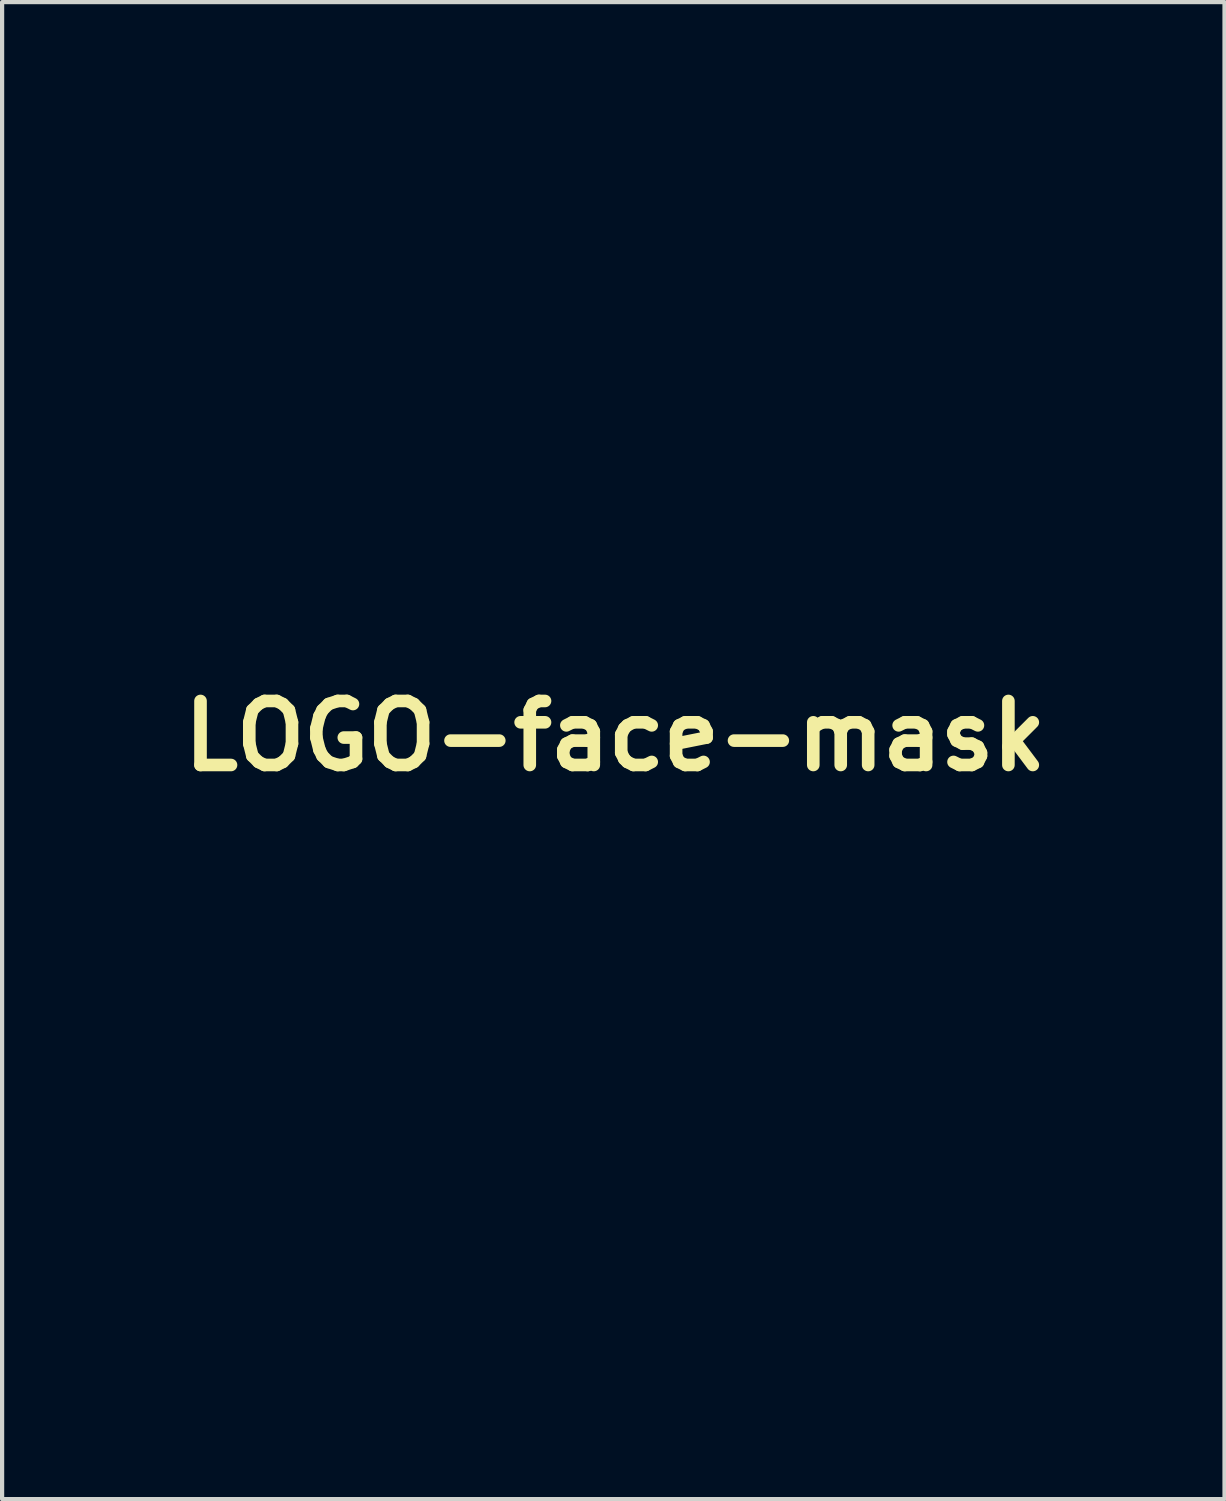
<source format=kicad_pcb>
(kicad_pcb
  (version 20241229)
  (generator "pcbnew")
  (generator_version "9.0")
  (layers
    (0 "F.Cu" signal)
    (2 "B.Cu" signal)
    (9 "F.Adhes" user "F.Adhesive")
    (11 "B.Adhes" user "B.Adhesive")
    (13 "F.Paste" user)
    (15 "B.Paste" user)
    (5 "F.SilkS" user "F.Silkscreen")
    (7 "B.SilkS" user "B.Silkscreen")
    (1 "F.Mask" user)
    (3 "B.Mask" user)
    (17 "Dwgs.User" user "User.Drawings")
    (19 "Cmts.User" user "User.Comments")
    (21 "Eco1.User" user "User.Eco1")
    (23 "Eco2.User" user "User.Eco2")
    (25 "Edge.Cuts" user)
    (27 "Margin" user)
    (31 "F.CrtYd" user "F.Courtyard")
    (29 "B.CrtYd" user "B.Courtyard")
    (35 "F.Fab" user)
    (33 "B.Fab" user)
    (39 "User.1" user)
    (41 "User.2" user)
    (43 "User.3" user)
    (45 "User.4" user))
  (footprint "LOGO-face-mask"
    (layer "F.Cu")
    (at 11.593 14.471)
    (property "Reference" "LOGO-face-mask" (at 0 0 0) (layer "F.SilkS") (effects (font (size 1.524 1.524) (thickness 0.3))))
    (attr through_hole)
    (fp_poly (pts (xy -1.693 -10.88) (xy -1.736 -10.837) (xy -1.778 -10.88) (xy -1.736 -10.922) (xy -1.693 -10.88)) (stroke (width 0.01) (type solid)) (fill yes) (layer "F.Mask"))
    (fp_poly (pts (xy -1.524 -11.557) (xy -1.566 -11.515) (xy -1.609 -11.557) (xy -1.566 -11.599) (xy -1.524 -11.557)) (stroke (width 0.01) (type solid)) (fill yes) (layer "F.Mask"))
    (fp_poly (pts (xy -1.355 -11.218) (xy -1.397 -11.176) (xy -1.439 -11.218) (xy -1.397 -11.261) (xy -1.355 -11.218)) (stroke (width 0.01) (type solid)) (fill yes) (layer "F.Mask"))
    (fp_poly (pts (xy -0.339 -12.573) (xy -0.381 -12.531) (xy -0.423 -12.573) (xy -0.381 -12.615) (xy -0.339 -12.573)) (stroke (width 0.01) (type solid)) (fill yes) (layer "F.Mask"))
    (fp_poly (pts (xy 0.254 -11.134) (xy 0.212 -11.091) (xy 0.169 -11.134) (xy 0.212 -11.176) (xy 0.254 -11.134)) (stroke (width 0.01) (type solid)) (fill yes) (layer "F.Mask"))
    (fp_poly (pts (xy 0.847 -12.742) (xy 0.804 -12.7) (xy 0.762 -12.742) (xy 0.804 -12.785) (xy 0.847 -12.742)) (stroke (width 0.01) (type solid)) (fill yes) (layer "F.Mask"))
    (fp_poly (pts (xy 1.016 -0.804) (xy 0.974 -0.762) (xy 0.931 -0.804) (xy 0.974 -0.847) (xy 1.016 -0.804)) (stroke (width 0.01) (type solid)) (fill yes) (layer "F.Mask"))
    (fp_poly (pts (xy 2.117 -12.658) (xy 2.074 -12.615) (xy 2.032 -12.658) (xy 2.074 -12.7) (xy 2.117 -12.658)) (stroke (width 0.01) (type solid)) (fill yes) (layer "F.Mask"))
    (fp_poly (pts (xy 2.794 -12.234) (xy 2.752 -12.192) (xy 2.709 -12.234) (xy 2.752 -12.277) (xy 2.794 -12.234)) (stroke (width 0.01) (type solid)) (fill yes) (layer "F.Mask"))
    (fp_poly (pts (xy 2.963 -12.742) (xy 2.921 -12.7) (xy 2.879 -12.742) (xy 2.921 -12.785) (xy 2.963 -12.742)) (stroke (width 0.01) (type solid)) (fill yes) (layer "F.Mask"))
    (fp_poly (pts (xy 3.641 -3.937) (xy 3.598 -3.895) (xy 3.556 -3.937) (xy 3.598 -3.979) (xy 3.641 -3.937)) (stroke (width 0.01) (type solid)) (fill yes) (layer "F.Mask"))
    (fp_poly (pts (xy 10.16 -2.921) (xy 10.118 -2.879) (xy 10.075 -2.921) (xy 10.118 -2.963) (xy 10.16 -2.921)) (stroke (width 0.01) (type solid)) (fill yes) (layer "F.Mask"))
    (fp_poly (pts (xy -5.701 -11.063) (xy -5.713 -11.013) (xy -5.757 -11.007) (xy -5.827 -11.038) (xy -5.814 -11.063) (xy -5.713 -11.073) (xy -5.701 -11.063)) (stroke (width 0.01) (type solid)) (fill yes) (layer "F.Mask"))
    (fp_poly (pts (xy -4.939 -11.825) (xy -4.951 -11.775) (xy -4.995 -11.769) (xy -5.065 -11.8) (xy -5.052 -11.825) (xy -4.951 -11.835) (xy -4.939 -11.825)) (stroke (width 0.01) (type solid)) (fill yes) (layer "F.Mask"))
    (fp_poly (pts (xy -4.636 -8.692) (xy -4.625 -8.661) (xy -4.741 -8.649) (xy -4.862 -8.663) (xy -4.847 -8.692) (xy -4.674 -8.703) (xy -4.636 -8.692)) (stroke (width 0.01) (type solid)) (fill yes) (layer "F.Mask"))
    (fp_poly (pts (xy -2.738 -12.248) (xy -2.727 -12.148) (xy -2.738 -12.136) (xy -2.788 -12.147) (xy -2.794 -12.192) (xy -2.763 -12.262) (xy -2.738 -12.248)) (stroke (width 0.01) (type solid)) (fill yes) (layer "F.Mask"))
    (fp_poly (pts (xy -1.637 -13.772) (xy -1.627 -13.672) (xy -1.637 -13.66) (xy -1.687 -13.671) (xy -1.693 -13.716) (xy -1.662 -13.786) (xy -1.637 -13.772)) (stroke (width 0.01) (type solid)) (fill yes) (layer "F.Mask"))
    (fp_poly (pts (xy -0.028 -13.857) (xy -0.04 -13.807) (xy -0.085 -13.801) (xy -0.154 -13.832) (xy -0.141 -13.857) (xy -0.041 -13.867) (xy -0.028 -13.857)) (stroke (width 0.01) (type solid)) (fill yes) (layer "F.Mask"))
    (fp_poly (pts (xy 0.056 -11.063) (xy 0.045 -11.013) (xy 0 -11.007) (xy -0.07 -11.038) (xy -0.056 -11.063) (xy 0.044 -11.073) (xy 0.056 -11.063)) (stroke (width 0.01) (type solid)) (fill yes) (layer "F.Mask"))
    (fp_poly (pts (xy 0.31 -12.756) (xy 0.321 -12.656) (xy 0.31 -12.644) (xy 0.26 -12.655) (xy 0.254 -12.7) (xy 0.285 -12.77) (xy 0.31 -12.756)) (stroke (width 0.01) (type solid)) (fill yes) (layer "F.Mask"))
    (fp_poly (pts (xy 0.734 -13.603) (xy 0.744 -13.503) (xy 0.734 -13.49) (xy 0.683 -13.502) (xy 0.677 -13.547) (xy 0.708 -13.616) (xy 0.734 -13.603)) (stroke (width 0.01) (type solid)) (fill yes) (layer "F.Mask"))
    (fp_poly (pts (xy 1.84 9.77) (xy 1.814 9.809) (xy 1.729 9.815) (xy 1.638 9.794) (xy 1.677 9.763) (xy 1.81 9.753) (xy 1.84 9.77)) (stroke (width 0.01) (type solid)) (fill yes) (layer "F.Mask"))
    (fp_poly (pts (xy 2.771 -7.925) (xy 2.746 -7.887) (xy 2.66 -7.881) (xy 2.57 -7.901) (xy 2.609 -7.932) (xy 2.741 -7.942) (xy 2.771 -7.925)) (stroke (width 0.01) (type solid)) (fill yes) (layer "F.Mask"))
    (fp_poly (pts (xy 4.17 -0.141) (xy 4.18 -0.11) (xy 4.064 -0.098) (xy 3.944 -0.111) (xy 3.958 -0.141) (xy 4.132 -0.152) (xy 4.17 -0.141)) (stroke (width 0.01) (type solid)) (fill yes) (layer "F.Mask"))
    (fp_poly (pts (xy 4.374 -5.729) (xy 4.385 -5.629) (xy 4.374 -5.616) (xy 4.324 -5.628) (xy 4.318 -5.673) (xy 4.349 -5.742) (xy 4.374 -5.729)) (stroke (width 0.01) (type solid)) (fill yes) (layer "F.Mask"))
    (fp_poly (pts (xy 5.052 4.262) (xy 5.062 4.362) (xy 5.052 4.374) (xy 5.001 4.363) (xy 4.995 4.318) (xy 5.026 4.248) (xy 5.052 4.262)) (stroke (width 0.01) (type solid)) (fill yes) (layer "F.Mask"))
    (fp_poly (pts (xy -1.87 -12.513) (xy -1.881 -12.434) (xy -1.927 -12.371) (xy -1.983 -12.435) (xy -2.014 -12.559) (xy -1.998 -12.593) (xy -1.914 -12.607) (xy -1.87 -12.513)) (stroke (width 0.01) (type solid)) (fill yes) (layer "F.Mask"))
    (fp_poly (pts (xy 0.487 -13.074) (xy 0.489 -13.023) (xy 0.404 -12.911) (xy 0.303 -12.897) (xy 0.254 -12.989) (xy 0.322 -13.106) (xy 0.388 -13.123) (xy 0.487 -13.074)) (stroke (width 0.01) (type solid)) (fill yes) (layer "F.Mask"))
    (fp_poly (pts (xy 2.22 0.069) (xy 2.276 0.185) (xy 2.221 0.268) (xy 2.127 0.313) (xy 2.067 0.222) (xy 2.047 0.064) (xy 2.117 0.01) (xy 2.22 0.069)) (stroke (width 0.01) (type solid)) (fill yes) (layer "F.Mask"))
    (fp_poly (pts (xy 2.259 -9.857) (xy 2.244 -9.755) (xy 2.133 -9.671) (xy 2.046 -9.708) (xy 2.032 -9.772) (xy 2.1 -9.889) (xy 2.166 -9.906) (xy 2.259 -9.857)) (stroke (width 0.01) (type solid)) (fill yes) (layer "F.Mask"))
    (fp_poly (pts (xy -7.228 -9.447) (xy -7.197 -9.398) (xy -7.268 -9.329) (xy -7.366 -9.313) (xy -7.504 -9.349) (xy -7.535 -9.398) (xy -7.464 -9.467) (xy -7.366 -9.483) (xy -7.228 -9.447)) (stroke (width 0.01) (type solid)) (fill yes) (layer "F.Mask"))
    (fp_poly (pts (xy -1.543 -12.938) (xy -1.621 -12.837) (xy -1.723 -12.798) (xy -1.778 -12.847) (xy -1.778 -12.853) (xy -1.71 -12.951) (xy -1.644 -12.987) (xy -1.545 -12.99) (xy -1.543 -12.938)) (stroke (width 0.01) (type solid)) (fill yes) (layer "F.Mask"))
    (fp_poly (pts (xy 2.845 -11.642) (xy 2.836 -11.599) (xy 2.714 -11.522) (xy 2.657 -11.515) (xy 2.573 -11.557) (xy 2.582 -11.599) (xy 2.704 -11.676) (xy 2.762 -11.684) (xy 2.845 -11.642)) (stroke (width 0.01) (type solid)) (fill yes) (layer "F.Mask"))
    (fp_poly (pts (xy 3.048 -7.662) (xy 3.129 -7.586) (xy 3.133 -7.573) (xy 3.067 -7.536) (xy 3.048 -7.535) (xy 2.967 -7.6) (xy 2.963 -7.625) (xy 3.015 -7.676) (xy 3.048 -7.662)) (stroke (width 0.01) (type solid)) (fill yes) (layer "F.Mask"))
    (fp_poly (pts (xy 3.104 -11.801) (xy 3.09 -11.769) (xy 3.014 -11.688) (xy 3.001 -11.684) (xy 2.964 -11.75) (xy 2.963 -11.769) (xy 3.028 -11.85) (xy 3.053 -11.853) (xy 3.104 -11.801)) (stroke (width 0.01) (type solid)) (fill yes) (layer "F.Mask"))
    (fp_poly (pts (xy 4.779 -0.221) (xy 4.784 -0.169) (xy 4.661 -0.091) (xy 4.609 -0.085) (xy 4.5 -0.132) (xy 4.487 -0.169) (xy 4.558 -0.237) (xy 4.662 -0.254) (xy 4.779 -0.221)) (stroke (width 0.01) (type solid)) (fill yes) (layer "F.Mask"))
    (fp_poly (pts (xy 4.994 -1.966) (xy 4.995 -1.947) (xy 4.93 -1.866) (xy 4.906 -1.863) (xy 4.855 -1.915) (xy 4.868 -1.947) (xy 4.944 -2.028) (xy 4.958 -2.032) (xy 4.994 -1.966)) (stroke (width 0.01) (type solid)) (fill yes) (layer "F.Mask"))
    (fp_poly (pts (xy 5.08 -3.683) (xy 5.161 -3.607) (xy 5.165 -3.593) (xy 5.099 -3.557) (xy 5.08 -3.556) (xy 4.999 -3.621) (xy 4.995 -3.646) (xy 5.047 -3.696) (xy 5.08 -3.683)) (stroke (width 0.01) (type solid)) (fill yes) (layer "F.Mask"))
    (fp_poly (pts (xy 5.151 5.242) (xy 5.165 5.339) (xy 5.128 5.474) (xy 5.08 5.503) (xy 5.017 5.431) (xy 4.995 5.287) (xy 5.022 5.143) (xy 5.08 5.122) (xy 5.151 5.242)) (stroke (width 0.01) (type solid)) (fill yes) (layer "F.Mask"))
    (fp_poly (pts (xy 9.903 -2.055) (xy 9.906 -2.032) (xy 9.877 -1.95) (xy 9.869 -1.947) (xy 9.796 -2.007) (xy 9.779 -2.032) (xy 9.786 -2.11) (xy 9.816 -2.117) (xy 9.903 -2.055)) (stroke (width 0.01) (type solid)) (fill yes) (layer "F.Mask"))
    (fp_poly (pts (xy 10.75 -6.878) (xy 10.753 -6.858) (xy 10.688 -6.776) (xy 10.668 -6.773) (xy 10.586 -6.838) (xy 10.583 -6.858) (xy 10.648 -6.94) (xy 10.668 -6.943) (xy 10.75 -6.878)) (stroke (width 0.01) (type solid)) (fill yes) (layer "F.Mask"))
    (fp_poly (pts (xy 0.049 -10.704) (xy 0 -10.626) (xy -0.134 -10.526) (xy -0.269 -10.502) (xy -0.338 -10.562) (xy -0.339 -10.574) (xy -0.267 -10.665) (xy -0.105 -10.736) (xy 0.017 -10.753) (xy 0.049 -10.704)) (stroke (width 0.01) (type solid)) (fill yes) (layer "F.Mask"))
    (fp_poly (pts (xy 4.499 -9.59) (xy 4.522 -9.502) (xy 4.435 -9.45) (xy 4.296 -9.456) (xy 4.228 -9.486) (xy 4.164 -9.554) (xy 4.255 -9.613) (xy 4.263 -9.616) (xy 4.429 -9.626) (xy 4.499 -9.59)) (stroke (width 0.01) (type solid)) (fill yes) (layer "F.Mask"))
    (fp_poly (pts (xy 5.038 -12.355) (xy 4.826 -12.234) (xy 4.611 -12.142) (xy 4.45 -12.11) (xy 4.336 -12.115) (xy 4.357 -12.159) (xy 4.45 -12.232) (xy 4.667 -12.331) (xy 4.826 -12.356) (xy 5.038 -12.355)) (stroke (width 0.01) (type solid)) (fill yes) (layer "F.Mask"))
    (fp_poly (pts (xy 5.558 -12.165) (xy 5.577 -12.05) (xy 5.517 -11.913) (xy 5.426 -11.853) (xy 5.308 -11.914) (xy 5.298 -11.928) (xy 5.313 -12.028) (xy 5.41 -12.133) (xy 5.52 -12.18) (xy 5.558 -12.165)) (stroke (width 0.01) (type solid)) (fill yes) (layer "F.Mask"))
    (fp_poly (pts (xy -0.789 -10.1) (xy -0.894 -10.014) (xy -1.042 -9.962) (xy -1.159 -9.963) (xy -1.185 -9.999) (xy -1.122 -10.074) (xy -1.108 -10.075) (xy -0.968 -10.103) (xy -0.882 -10.132) (xy -0.781 -10.146) (xy -0.789 -10.1)) (stroke (width 0.01) (type solid)) (fill yes) (layer "F.Mask"))
    (fp_poly (pts (xy -0.046 -13.198) (xy -0.067 -13.115) (xy -0.167 -12.962) (xy -0.173 -12.953) (xy -0.286 -12.827) (xy -0.333 -12.841) (xy -0.337 -12.88) (xy -0.292 -13.013) (xy -0.191 -13.142) (xy -0.086 -13.208) (xy -0.046 -13.198)) (stroke (width 0.01) (type solid)) (fill yes) (layer "F.Mask"))
    (fp_poly (pts (xy -3.74 0.011) (xy -3.785 0.071) (xy -3.829 0.106) (xy -3.96 0.278) (xy -3.995 0.381) (xy -4.039 0.481) (xy -4.077 0.466) (xy -4.094 0.307) (xy -4.019 0.13) (xy -3.894 0.013) (xy -3.839 0) (xy -3.74 0.011)) (stroke (width 0.01) (type solid)) (fill yes) (layer "F.Mask"))
    (fp_poly (pts (xy 7.758 3.934) (xy 7.852 4.092) (xy 7.862 4.113) (xy 7.912 4.285) (xy 7.895 4.483) (xy 7.814 4.746) (xy 7.713 4.977) (xy 7.606 5.146) (xy 7.516 5.231) (xy 7.465 5.213) (xy 7.475 5.069) (xy 7.477 5.06) (xy 7.513 4.87) (xy 7.555 4.586) (xy 7.581 4.381) (xy 7.63 4.072) (xy 7.686 3.926) (xy 7.758 3.934)) (stroke (width 0.01) (type solid)) (fill yes) (layer "F.Mask"))
    (fp_poly (pts (xy -6.717 -0.468) (xy -6.498 -0.425) (xy -6.346 -0.365) (xy -6.327 -0.35) (xy -6.269 -0.222) (xy -6.222 -0.01) (xy -6.22 0.009) (xy -6.184 0.296) (xy -6.712 0.296) (xy -7.04 0.306) (xy -7.339 0.33) (xy -7.493 0.354) (xy -7.708 0.382) (xy -7.853 0.368) (xy -7.951 0.258) (xy -7.912 0.089) (xy -7.773 -0.081) (xy -7.518 -0.216) (xy -7.183 -0.251) (xy -6.829 -0.185) (xy -6.677 -0.121) (xy -6.492 -0.043) (xy -6.381 -0.027) (xy -6.375 -0.031) (xy -6.415 -0.085) (xy -6.561 -0.166) (xy -6.76 -0.251) (xy -6.955 -0.317) (xy -7.08 -0.339) (xy -7.186 -0.394) (xy -7.197 -0.435) (xy -7.124 -0.479) (xy -6.945 -0.488) (xy -6.717 -0.468)) (stroke (width 0.01) (type solid)) (fill yes) (layer "F.Mask"))
    (fp_poly (pts (xy 1.124 -14.461) (xy 1.576 -14.442) (xy 1.88 -14.411) (xy 1.99 -14.388) (xy 2.279 -14.316) (xy 2.629 -14.247) (xy 2.794 -14.222) (xy 3.267 -14.145) (xy 3.758 -14.05) (xy 4.231 -13.944) (xy 4.649 -13.837) (xy 4.975 -13.737) (xy 5.172 -13.653) (xy 5.176 -13.651) (xy 5.372 -13.523) (xy 5.642 -13.344) (xy 5.863 -13.193) (xy 6.117 -13.038) (xy 6.479 -12.84) (xy 6.902 -12.623) (xy 7.34 -12.414) (xy 7.37 -12.4) (xy 7.785 -12.209) (xy 8.169 -12.032) (xy 8.483 -11.886) (xy 8.688 -11.789) (xy 8.709 -11.779) (xy 9.012 -11.57) (xy 9.336 -11.24) (xy 9.649 -10.828) (xy 9.8 -10.583) (xy 9.987 -10.286) (xy 10.216 -9.963) (xy 10.326 -9.821) (xy 10.659 -9.394) (xy 10.913 -9.028) (xy 11.124 -8.666) (xy 11.264 -8.388) (xy 11.501 -7.899) (xy 11.459 -5.749) (xy 11.416 -3.598) (xy 11.131 -2.836) (xy 10.987 -2.423) (xy 10.839 -1.946) (xy 10.695 -1.438) (xy 10.563 -0.93) (xy 10.45 -0.454) (xy 10.364 -0.042) (xy 10.314 0.273) (xy 10.308 0.461) (xy 10.309 0.466) (xy 10.405 0.667) (xy 10.582 0.858) (xy 10.603 0.873) (xy 10.81 1.051) (xy 10.964 1.254) (xy 11.071 1.51) (xy 11.141 1.847) (xy 11.181 2.294) (xy 11.2 2.879) (xy 11.201 2.947) (xy 11.206 3.436) (xy 11.203 3.791) (xy 11.188 4.049) (xy 11.155 4.245) (xy 11.102 4.415) (xy 11.022 4.595) (xy 10.993 4.657) (xy 10.87 4.915) (xy 10.7 5.281) (xy 10.504 5.706) (xy 10.304 6.142) (xy 10.293 6.167) (xy 10.1 6.579) (xy 9.912 6.959) (xy 9.748 7.266) (xy 9.63 7.463) (xy 9.618 7.479) (xy 9.445 7.736) (xy 9.275 8.03) (xy 9.246 8.086) (xy 8.985 8.482) (xy 8.659 8.796) (xy 8.355 8.969) (xy 8.155 9.013) (xy 7.848 9.045) (xy 7.496 9.059) (xy 7.451 9.059) (xy 6.785 9.059) (xy 6.688 9.53) (xy 6.635 9.755) (xy 6.565 9.987) (xy 6.466 10.257) (xy 6.325 10.596) (xy 6.131 11.035) (xy 5.963 11.406) (xy 5.675 11.914) (xy 5.304 12.33) (xy 4.818 12.683) (xy 4.403 12.905) (xy 3.683 13.25) (xy 0.889 13.25) (xy 0.339 13.81) (xy -0.181 14.272) (xy -0.746 14.634) (xy -1.412 14.93) (xy -1.599 14.997) (xy -1.965 15.082) (xy -2.443 15.136) (xy -2.984 15.159) (xy -3.538 15.151) (xy -4.057 15.112) (xy -4.489 15.042) (xy -4.699 14.982) (xy -4.967 14.891) (xy -5.188 14.832) (xy -5.268 14.82) (xy -5.409 14.766) (xy -5.605 14.636) (xy -5.804 14.472) (xy -5.922 14.351) (xy -4.572 14.351) (xy -4.53 14.393) (xy -4.487 14.351) (xy -4.53 14.309) (xy -4.572 14.351) (xy -5.922 14.351) (xy -5.957 14.315) (xy -6.011 14.213) (xy -6.045 14.104) (xy -6.136 13.885) (xy -6.265 13.599) (xy -6.301 13.523) (xy -6.459 13.149) (xy -6.623 12.691) (xy -6.766 12.233) (xy -6.8 12.107) (xy -6.939 11.652) (xy -7.076 11.28) (xy -4.721 11.28) (xy -4.623 11.363) (xy -4.418 11.446) (xy -4.311 11.476) (xy -3.999 11.566) (xy -3.697 11.677) (xy -3.641 11.702) (xy -3.42 11.779) (xy -3.175 11.829) (xy -2.951 11.848) (xy -2.793 11.833) (xy -2.746 11.78) (xy -2.752 11.769) (xy -2.737 11.692) (xy -2.693 11.683) (xy -2.619 11.663) (xy -2.667 11.618) (xy -2.796 11.567) (xy -2.962 11.527) (xy -3.09 11.515) (xy -3.34 11.485) (xy -3.63 11.415) (xy -3.683 11.398) (xy -4.03 11.296) (xy -4.338 11.233) (xy -4.576 11.212) (xy -4.708 11.238) (xy -4.721 11.28) (xy -7.076 11.28) (xy -7.12 11.16) (xy -7.311 10.721) (xy -7.358 10.626) (xy -7.552 10.194) (xy -7.758 9.645) (xy -7.96 9.029) (xy -8.074 8.634) (xy -6.754 8.634) (xy -6.684 8.75) (xy -6.446 8.853) (xy -6.268 8.899) (xy -5.927 9.036) (xy -5.607 9.267) (xy -5.601 9.272) (xy -5.365 9.475) (xy -5.199 9.552) (xy -5.068 9.508) (xy -4.962 9.385) (xy -4.846 9.263) (xy -4.74 9.281) (xy -4.713 9.302) (xy -4.597 9.336) (xy -4.35 9.376) (xy -4.01 9.417) (xy -3.614 9.456) (xy -3.199 9.491) (xy -2.803 9.518) (xy -2.464 9.534) (xy -2.22 9.535) (xy -2.109 9.52) (xy -2.019 9.55) (xy -1.903 9.654) (xy -1.752 9.781) (xy -1.587 9.809) (xy -1.359 9.738) (xy -1.203 9.664) (xy -0.938 9.546) (xy -0.691 9.46) (xy -0.656 9.451) (xy -0.476 9.364) (xy -0.423 9.199) (xy -0.423 9.193) (xy -0.495 9.015) (xy -0.712 8.893) (xy -1.081 8.824) (xy -1.521 8.805) (xy -1.907 8.783) (xy -2.308 8.724) (xy -2.546 8.668) (xy -3.028 8.527) (xy -3.382 8.43) (xy -3.642 8.373) (xy -3.844 8.353) (xy -4.02 8.365) (xy -4.207 8.404) (xy -4.337 8.439) (xy -4.62 8.51) (xy -4.819 8.528) (xy -5.014 8.488) (xy -5.283 8.385) (xy -5.549 8.283) (xy -5.723 8.245) (xy -5.868 8.265) (xy -6.043 8.34) (xy -6.252 8.42) (xy -6.399 8.441) (xy -6.418 8.435) (xy -6.537 8.442) (xy -6.655 8.506) (xy -6.754 8.634) (xy -8.074 8.634) (xy -8.144 8.394) (xy -8.292 7.792) (xy -8.38 7.344) (xy -8.415 7.039) (xy -8.443 6.625) (xy -8.461 6.16) (xy -8.466 5.8) (xy -8.467 5.753) (xy -6.167 5.753) (xy -6.068 5.875) (xy -5.842 6.044) (xy -5.639 6.208) (xy -5.519 6.365) (xy -5.503 6.421) (xy -5.444 6.586) (xy -5.313 6.748) (xy -5.04 6.946) (xy -4.77 7.014) (xy -4.446 6.962) (xy -4.317 6.92) (xy -3.936 6.737) (xy -3.516 6.453) (xy -3.218 6.204) (xy -3.059 6.073) (xy -2.955 6.012) (xy -2.95 6.011) (xy -2.859 5.934) (xy -2.793 5.731) (xy -2.76 5.443) (xy -2.764 5.114) (xy -2.787 4.912) (xy -2.865 4.554) (xy -2.956 4.307) (xy -3.047 4.178) (xy -3.122 4.177) (xy -3.167 4.313) (xy -3.167 4.596) (xy -3.159 4.679) (xy -3.142 4.957) (xy -3.172 5.129) (xy -3.262 5.255) (xy -3.293 5.284) (xy -3.401 5.372) (xy -3.496 5.391) (xy -3.626 5.331) (xy -3.841 5.182) (xy -3.859 5.169) (xy -4.088 5.013) (xy -4.249 4.943) (xy -4.409 4.945) (xy -4.612 4.995) (xy -4.908 5.124) (xy -5.221 5.332) (xy -5.338 5.432) (xy -5.563 5.625) (xy -5.728 5.714) (xy -5.885 5.722) (xy -5.938 5.712) (xy -6.125 5.696) (xy -6.167 5.753) (xy -8.467 5.753) (xy -8.47 5.63) (xy -6.35 5.63) (xy -6.308 5.673) (xy -6.265 5.63) (xy -6.308 5.588) (xy -6.35 5.63) (xy -8.47 5.63) (xy -8.477 5.31) (xy -8.507 4.794) (xy -8.549 4.303) (xy -4.041 4.303) (xy -4.031 4.367) (xy -3.941 4.479) (xy -3.826 4.426) (xy -3.73 4.284) (xy -3.669 4.08) (xy -3.713 3.935) (xy -3.812 3.895) (xy -3.916 3.966) (xy -4.005 4.128) (xy -4.041 4.303) (xy -8.549 4.303) (xy -8.551 4.28) (xy -8.608 3.798) (xy -8.672 3.375) (xy -8.74 3.042) (xy -8.808 2.827) (xy -8.858 2.759) (xy -8.984 2.737) (xy -9.24 2.71) (xy -9.587 2.682) (xy -9.935 2.659) (xy -10.901 2.601) (xy -11.229 1.964) (xy -11.402 1.605) (xy -11.485 1.374) (xy -10.756 1.374) (xy -10.683 1.543) (xy -10.596 1.705) (xy -10.372 2.109) (xy -9.779 2.138) (xy -9.414 2.156) (xy -9.059 2.173) (xy -8.826 2.185) (xy -8.607 2.177) (xy -8.48 2.139) (xy -8.467 2.117) (xy -8.539 2.049) (xy -8.657 2.027) (xy -8.848 2.021) (xy -8.65 1.942) (xy -8.513 1.848) (xy -8.486 1.762) (xy -8.589 1.661) (xy -8.771 1.593) (xy -8.957 1.576) (xy -9.07 1.627) (xy -9.161 1.653) (xy -9.367 1.606) (xy -9.702 1.481) (xy -9.837 1.425) (xy -10.209 1.277) (xy -10.46 1.201) (xy -10.618 1.19) (xy -10.682 1.213) (xy -10.753 1.279) (xy -10.756 1.374) (xy -11.485 1.374) (xy -11.506 1.315) (xy -11.561 1.017) (xy -11.588 0.65) (xy -11.588 0.594) (xy -11.056 0.594) (xy -11.022 0.784) (xy -10.96 0.885) (xy -10.912 0.883) (xy -10.867 0.772) (xy -10.882 0.671) (xy -10.903 0.501) (xy -10.884 0.431) (xy -10.798 0.438) (xy -10.608 0.514) (xy -10.355 0.636) (xy -10.079 0.785) (xy -9.819 0.937) (xy -9.617 1.073) (xy -9.525 1.153) (xy -9.381 1.246) (xy -9.229 1.298) (xy -9.047 1.337) (xy -8.868 1.37) (xy -8.734 1.392) (xy -8.69 1.394) (xy -8.742 1.379) (xy -8.875 1.311) (xy -8.857 1.233) (xy -8.698 1.175) (xy -8.661 1.17) (xy -8.533 1.145) (xy -8.468 1.082) (xy -8.448 0.937) (xy -8.455 0.666) (xy -8.456 0.656) (xy -8.455 0.359) (xy -8.421 0.195) (xy -8.388 0.169) (xy -8.318 0.241) (xy -8.297 0.368) (xy -8.228 0.559) (xy -8.032 0.818) (xy -7.883 0.973) (xy -7.577 1.262) (xy -7.369 1.43) (xy -7.247 1.484) (xy -7.227 1.462) (xy -6.955 1.462) (xy -6.908 1.505) (xy -6.71 1.521) (xy -6.468 1.505) (xy -6.362 1.445) (xy -6.35 1.395) (xy -6.392 1.31) (xy -6.543 1.313) (xy -6.583 1.322) (xy -6.846 1.398) (xy -6.955 1.462) (xy -7.227 1.462) (xy -7.199 1.43) (xy -7.197 1.401) (xy -7.244 1.286) (xy -7.286 1.27) (xy -7.341 1.221) (xy -7.331 1.197) (xy -7.226 1.144) (xy -7.014 1.096) (xy -6.898 1.079) (xy -6.589 1.008) (xy -6.4 0.885) (xy -6.395 0.878) (xy -6.284 0.778) (xy -6.22 0.779) (xy -6.205 0.887) (xy -6.223 1.112) (xy -6.267 1.408) (xy -6.329 1.727) (xy -6.402 2.019) (xy -6.422 2.164) (xy -6.345 2.195) (xy -6.304 2.189) (xy -6.222 2.138) (xy -6.148 2.004) (xy -6.072 1.759) (xy -5.983 1.376) (xy -5.974 1.337) (xy -5.889 0.975) (xy -5.803 0.671) (xy -5.728 0.467) (xy -5.694 0.41) (xy -5.603 0.27) (xy -5.601 0.158) (xy -5.685 0.129) (xy -5.706 0.135) (xy -5.848 0.119) (xy -5.889 0.078) (xy -5.885 0.022) (xy -5.766 0.002) (xy -5.509 0.015) (xy -5.443 0.02) (xy -5.152 0.034) (xy -4.921 0.023) (xy -4.821 -0.003) (xy -4.809 -0.055) (xy -4.961 -0.092) (xy -5.039 -0.1) (xy -5.243 -0.126) (xy -5.343 -0.192) (xy -5.381 -0.347) (xy -5.393 -0.501) (xy -5.418 -0.738) (xy -5.451 -0.895) (xy -5.465 -0.921) (xy -5.584 -0.978) (xy -5.812 -1.046) (xy -6.088 -1.113) (xy -6.353 -1.163) (xy -6.536 -1.182) (xy -6.72 -1.209) (xy -6.809 -1.259) (xy -6.953 -1.355) (xy -7.179 -1.394) (xy -7.41 -1.37) (xy -7.546 -1.303) (xy -7.706 -1.212) (xy -7.811 -1.208) (xy -7.934 -1.198) (xy -8.09 -1.128) (xy -8.211 -1.036) (xy -8.234 -0.97) (xy -8.221 -0.829) (xy -8.332 -0.762) (xy -8.34 -0.762) (xy -8.452 -0.7) (xy -8.467 -0.647) (xy -8.548 -0.56) (xy -8.784 -0.492) (xy -9.157 -0.446) (xy -9.654 -0.425) (xy -9.841 -0.423) (xy -10.325 -0.388) (xy -10.672 -0.275) (xy -10.902 -0.077) (xy -11.013 0.145) (xy -11.055 0.365) (xy -11.056 0.594) (xy -11.588 0.594) (xy -11.588 0.089) (xy -11.522 -0.329) (xy -11.375 -0.623) (xy -11.133 -0.809) (xy -10.782 -0.906) (xy -10.349 -0.931) (xy -9.981 -0.939) (xy -9.619 -0.96) (xy -9.384 -0.983) (xy -9.009 -1.034) (xy -8.977 -1.27) (xy -8.382 -1.27) (xy -8.313 -1.195) (xy -8.255 -1.185) (xy -8.142 -1.231) (xy -8.128 -1.27) (xy -8.197 -1.345) (xy -8.255 -1.355) (xy -8.368 -1.309) (xy -8.382 -1.27) (xy -8.977 -1.27) (xy -8.906 -1.808) (xy -8.866 -2.198) (xy -8.834 -2.694) (xy -8.812 -3.235) (xy -8.804 -3.758) (xy -8.804 -3.783) (xy -8.801 -4.302) (xy -8.784 -4.707) (xy -8.764 -4.908) (xy 3.492 -4.908) (xy 3.521 -4.815) (xy 3.586 -4.751) (xy 3.623 -4.814) (xy 3.623 -4.946) (xy 3.607 -4.972) (xy 3.526 -4.992) (xy 3.492 -4.908) (xy -8.764 -4.908) (xy -8.748 -5.056) (xy -8.687 -5.403) (xy -8.593 -5.805) (xy -8.548 -5.983) (xy -8.397 -6.505) (xy -8.227 -6.992) (xy -8.058 -7.388) (xy -7.999 -7.503) (xy -7.707 -8.024) (xy -7.962 -8.129) (xy -8.192 -8.269) (xy -8.411 -8.467) (xy -8.426 -8.484) (xy -8.523 -8.613) (xy -8.585 -8.749) (xy -8.619 -8.933) (xy -8.633 -9.207) (xy -8.635 -9.404) (xy -8.111 -9.404) (xy -8.086 -9.236) (xy -7.957 -9.033) (xy -7.743 -8.826) (xy -7.463 -8.642) (xy -7.443 -8.632) (xy -7.221 -8.493) (xy -7.124 -8.348) (xy -7.109 -8.232) (xy -7.105 -8.001) (xy -6.858 -8.29) (xy -6.579 -8.524) (xy -6.285 -8.608) (xy -6.002 -8.537) (xy -5.969 -8.516) (xy -5.762 -8.418) (xy -5.517 -8.343) (xy -5.321 -8.316) (xy -5.227 -8.367) (xy -5.191 -8.46) (xy -5.122 -8.581) (xy -5.048 -8.563) (xy -4.894 -8.516) (xy -4.631 -8.504) (xy -4.315 -8.524) (xy -4.001 -8.571) (xy -3.747 -8.64) (xy -3.697 -8.661) (xy -3.08 -8.887) (xy -2.478 -8.954) (xy -2.286 -8.944) (xy -2.022 -8.918) (xy -1.835 -8.896) (xy -1.778 -8.886) (xy -1.668 -8.88) (xy -1.582 -8.886) (xy -1.396 -8.857) (xy -1.328 -8.819) (xy -1.155 -8.712) (xy -0.915 -8.606) (xy -0.659 -8.519) (xy -0.439 -8.466) (xy -0.305 -8.465) (xy -0.29 -8.477) (xy -0.176 -8.525) (xy -0.054 -8.508) (xy 0.126 -8.466) (xy 0.406 -8.419) (xy 0.649 -8.385) (xy 1.06 -8.301) (xy 1.361 -8.169) (xy 1.403 -8.139) (xy 1.65 -8) (xy 1.936 -7.909) (xy 1.956 -7.905) (xy 2.185 -7.842) (xy 2.288 -7.733) (xy 2.303 -7.673) (xy 2.389 -7.523) (xy 2.511 -7.493) (xy 2.686 -7.467) (xy 2.757 -7.431) (xy 2.879 -7.401) (xy 3.012 -7.417) (xy 3.151 -7.42) (xy 3.28 -7.327) (xy 3.434 -7.12) (xy 3.578 -6.867) (xy 3.632 -6.637) (xy 3.622 -6.353) (xy 3.61 -6.122) (xy 3.624 -5.987) (xy 3.644 -5.971) (xy 3.668 -5.925) (xy 3.649 -5.762) (xy 3.635 -5.693) (xy 3.612 -5.304) (xy 3.656 -5.114) (xy 3.706 -4.744) (xy 3.592 -4.393) (xy 3.425 -4.179) (xy 3.278 -3.979) (xy 3.264 -3.781) (xy 3.269 -3.761) (xy 3.358 -3.585) (xy 3.495 -3.459) (xy 3.628 -3.423) (xy 3.672 -3.446) (xy 3.714 -3.421) (xy 3.725 -3.323) (xy 3.684 -3.166) (xy 3.626 -3.114) (xy 3.6 -3.03) (xy 3.701 -2.846) (xy 3.727 -2.81) (xy 3.95 -2.603) (xy 4.189 -2.537) (xy 4.406 -2.617) (xy 4.506 -2.727) (xy 4.63 -2.913) (xy 4.777 -2.689) (xy 4.879 -2.432) (xy 4.818 -2.221) (xy 4.594 -2.055) (xy 4.574 -2.046) (xy 4.41 -1.959) (xy 4.384 -1.885) (xy 4.44 -1.814) (xy 4.604 -1.712) (xy 4.693 -1.693) (xy 4.794 -1.627) (xy 4.826 -1.471) (xy 4.788 -1.289) (xy 4.684 -1.143) (xy 4.678 -1.138) (xy 4.592 -1.056) (xy 4.614 -0.977) (xy 4.761 -0.85) (xy 4.763 -0.848) (xy 4.919 -0.709) (xy 4.994 -0.611) (xy 4.995 -0.603) (xy 4.923 -0.543) (xy 4.736 -0.453) (xy 4.57 -0.389) (xy 4.241 -0.305) (xy 3.93 -0.285) (xy 3.683 -0.326) (xy 3.543 -0.425) (xy 3.534 -0.446) (xy 3.468 -0.488) (xy 3.353 -0.402) (xy 3.198 -0.303) (xy 3.042 -0.342) (xy 2.915 -0.389) (xy 2.879 -0.374) (xy 2.826 -0.372) (xy 2.755 -0.42) (xy 2.611 -0.481) (xy 2.544 -0.468) (xy 2.463 -0.481) (xy 2.453 -0.524) (xy 2.378 -0.644) (xy 2.19 -0.791) (xy 1.936 -0.939) (xy 1.664 -1.061) (xy 1.526 -1.101) (xy 3.344 -1.101) (xy 3.37 -1.034) (xy 3.466 -1.016) (xy 3.607 -1.051) (xy 3.641 -1.101) (xy 3.572 -1.177) (xy 3.519 -1.185) (xy 3.375 -1.134) (xy 3.344 -1.101) (xy 1.526 -1.101) (xy 1.421 -1.131) (xy 1.355 -1.138) (xy 1.115 -1.186) (xy 0.973 -1.326) (xy 0.958 -1.355) (xy 0.815 -1.536) (xy 0.677 -1.625) (xy 0.378 -1.683) (xy -0.01 -1.693) (xy 4.233 -1.693) (xy 4.264 -1.624) (xy 4.29 -1.637) (xy 4.3 -1.737) (xy 4.29 -1.75) (xy 4.239 -1.738) (xy 4.233 -1.693) (xy -0.01 -1.693) (xy -0.047 -1.694) (xy -0.559 -1.662) (xy -1.122 -1.593) (xy -1.699 -1.49) (xy -2.253 -1.358) (xy -2.748 -1.202) (xy -2.792 -1.186) (xy -3.124 -1.051) (xy -3.33 -0.938) (xy -3.446 -0.824) (xy -3.501 -0.706) (xy -3.611 -0.443) (xy -3.76 -0.298) (xy -4.002 -0.223) (xy -4.048 -0.215) (xy -4.36 -0.162) (xy -4.331 0.729) (xy -4.312 1.159) (xy -4.281 1.461) (xy -4.231 1.675) (xy -4.155 1.844) (xy -4.12 1.901) (xy -3.955 2.098) (xy -3.785 2.163) (xy -3.725 2.161) (xy -3.541 2.085) (xy -3.483 1.982) (xy -3.39 1.798) (xy -3.317 1.726) (xy -3.23 1.626) (xy -3.249 1.486) (xy -3.284 1.402) (xy -3.359 1.213) (xy -3.387 1.097) (xy -3.326 1.02) (xy -3.178 1.033) (xy -2.989 1.125) (xy -2.875 1.214) (xy -2.716 1.339) (xy -2.612 1.346) (xy -2.556 1.301) (xy -2.504 1.193) (xy -2.577 1.066) (xy -2.623 1.018) (xy -2.748 0.87) (xy -2.794 0.774) (xy -2.793 0.772) (xy -2.286 0.772) (xy -2.234 0.818) (xy -2.201 0.804) (xy -2.199 0.802) (xy -1.863 0.802) (xy -1.788 0.906) (xy -1.619 0.931) (xy -1.372 0.998) (xy -1.259 1.104) (xy -1.056 1.281) (xy -0.753 1.405) (xy -0.419 1.456) (xy -0.2 1.437) (xy 0.038 1.409) (xy 0.132 1.467) (xy 0.087 1.605) (xy -0.054 1.681) (xy -0.36 1.721) (xy -0.547 1.728) (xy -0.837 1.734) (xy -0.979 1.749) (xy -0.992 1.777) (xy -0.898 1.827) (xy -0.872 1.838) (xy -0.702 1.904) (xy -0.55 1.934) (xy -0.365 1.93) (xy -0.097 1.89) (xy 0.138 1.848) (xy 0.448 1.772) (xy 0.709 1.675) (xy 0.843 1.594) (xy 0.992 1.482) (xy 4.233 1.482) (xy 4.276 1.524) (xy 4.318 1.482) (xy 4.276 1.439) (xy 4.233 1.482) (xy 0.992 1.482) (xy 0.996 1.478) (xy 1.094 1.439) (xy 1.215 1.362) (xy 1.248 1.285) (xy 1.708 1.285) (xy 1.745 1.39) (xy 1.828 1.478) (xy 1.915 1.433) (xy 1.947 1.307) (xy 1.879 1.199) (xy 1.82 1.185) (xy 1.713 1.201) (xy 1.708 1.285) (xy 1.248 1.285) (xy 1.304 1.159) (xy 1.347 0.873) (xy 1.348 0.74) (xy 1.35 0.467) (xy 1.372 0.239) (xy 1.38 0.2) (xy 1.383 0.065) (xy 1.273 -0.008) (xy 1.168 -0.033) (xy 0.924 -0.071) (xy 0.741 -0.085) (xy 0.627 -0.064) (xy 0.66 0.021) (xy 0.674 0.038) (xy 0.736 0.226) (xy 0.672 0.42) (xy 0.507 0.55) (xy 0.496 0.554) (xy 0.292 0.577) (xy 0.043 0.556) (xy -0.219 0.551) (xy -0.369 0.635) (xy -0.465 0.704) (xy -0.597 0.727) (xy -0.815 0.707) (xy -1.045 0.667) (xy -1.446 0.612) (xy -1.705 0.623) (xy -1.838 0.704) (xy -1.863 0.802) (xy -2.199 0.802) (xy -2.12 0.692) (xy -2.117 0.667) (xy -2.169 0.621) (xy -2.201 0.635) (xy -2.283 0.747) (xy -2.286 0.772) (xy -2.793 0.772) (xy -2.733 0.649) (xy -2.59 0.497) (xy -2.549 0.466) (xy -1.355 0.466) (xy -1.312 0.508) (xy -1.27 0.466) (xy -1.312 0.423) (xy -1.355 0.466) (xy -2.549 0.466) (xy -2.419 0.366) (xy -2.278 0.304) (xy -2.248 0.306) (xy -2.129 0.278) (xy -2.088 0.217) (xy -1.976 0.101) (xy -1.908 0.085) (xy -1.794 0.027) (xy -1.778 -0.024) (xy -1.707 -0.143) (xy -1.539 -0.271) (xy -1.338 -0.369) (xy -1.17 -0.399) (xy -1.143 -0.393) (xy -1.06 -0.401) (xy -1.067 -0.458) (xy -1.038 -0.532) (xy -0.871 -0.586) (xy -0.658 -0.615) (xy -0.251 -0.635) (xy 0.05 -0.606) (xy 0.222 -0.531) (xy 0.254 -0.462) (xy 0.285 -0.378) (xy 0.397 -0.314) (xy 0.621 -0.259) (xy 0.942 -0.208) (xy 1.228 -0.19) (xy 1.38 -0.232) (xy 1.392 -0.246) (xy 1.501 -0.325) (xy 1.629 -0.329) (xy 1.693 -0.257) (xy 1.693 -0.254) (xy 1.625 -0.178) (xy 1.573 -0.169) (xy 1.503 -0.147) (xy 1.517 -0.051) (xy 1.582 0.091) (xy 1.677 0.329) (xy 1.724 0.538) (xy 1.724 0.539) (xy 1.768 0.676) (xy 1.909 0.713) (xy 1.968 0.71) (xy 2.137 0.719) (xy 2.201 0.761) (xy 2.272 0.803) (xy 2.436 0.813) (xy 2.521 0.804) (xy 2.963 0.804) (xy 3.006 0.847) (xy 3.048 0.804) (xy 3.006 0.762) (xy 2.963 0.804) (xy 2.521 0.804) (xy 2.619 0.794) (xy 2.75 0.748) (xy 2.76 0.74) (xy 2.87 0.708) (xy 3.097 0.688) (xy 3.4 0.678) (xy 3.736 0.678) (xy 4.063 0.688) (xy 4.339 0.707) (xy 4.521 0.734) (xy 4.572 0.762) (xy 4.504 0.837) (xy 4.447 0.847) (xy 4.331 0.917) (xy 4.263 1.079) (xy 4.261 1.256) (xy 4.328 1.365) (xy 4.395 1.443) (xy 4.323 1.536) (xy 4.297 1.556) (xy 4.196 1.707) (xy 4.152 1.916) (xy 4.169 2.114) (xy 4.252 2.229) (xy 4.255 2.23) (xy 4.288 2.267) (xy 4.217 2.279) (xy 4.06 2.334) (xy 4.004 2.443) (xy 4.074 2.546) (xy 4.135 2.62) (xy 4.06 2.715) (xy 4.021 2.746) (xy 3.932 2.84) (xy 3.958 2.876) (xy 4.053 2.926) (xy 4.043 3.044) (xy 3.955 3.19) (xy 3.816 3.326) (xy 3.653 3.414) (xy 3.57 3.428) (xy 3.455 3.496) (xy 3.441 3.578) (xy 3.376 3.717) (xy 3.24 3.78) (xy 3.098 3.826) (xy 3.108 3.875) (xy 3.177 3.918) (xy 3.263 3.983) (xy 3.221 4.04) (xy 3.082 4.103) (xy 2.922 4.177) (xy 2.905 4.229) (xy 3.006 4.292) (xy 3.244 4.391) (xy 3.461 4.443) (xy 3.607 4.439) (xy 3.641 4.399) (xy 3.694 4.35) (xy 3.734 4.366) (xy 3.774 4.441) (xy 3.716 4.493) (xy 3.656 4.561) (xy 3.749 4.619) (xy 3.878 4.711) (xy 3.864 4.799) (xy 3.747 4.836) (xy 3.649 4.849) (xy 3.717 4.877) (xy 3.737 4.882) (xy 3.843 4.983) (xy 3.924 5.176) (xy 3.958 5.384) (xy 3.932 5.512) (xy 3.964 5.567) (xy 4.08 5.581) (xy 4.19 5.562) (xy 4.17 5.532) (xy 4.079 5.421) (xy 4.077 5.256) (xy 4.161 5.126) (xy 4.191 5.111) (xy 4.306 5.022) (xy 4.284 4.937) (xy 4.18 4.911) (xy 4.121 4.882) (xy 4.2 4.788) (xy 4.269 4.732) (xy 4.522 4.6) (xy 4.74 4.601) (xy 4.936 4.608) (xy 5.016 4.554) (xy 5.085 4.495) (xy 5.177 4.551) (xy 5.242 4.681) (xy 5.249 4.746) (xy 5.187 4.884) (xy 5.08 4.911) (xy 4.942 4.946) (xy 4.911 4.995) (xy 4.858 5.116) (xy 4.763 5.239) (xy 4.595 5.432) (xy 4.463 5.599) (xy 4.258 5.762) (xy 4.092 5.8) (xy 3.959 5.819) (xy 3.871 5.903) (xy 3.799 6.093) (xy 3.757 6.247) (xy 3.696 6.516) (xy 3.664 6.724) (xy 3.663 6.797) (xy 3.608 6.87) (xy 3.454 6.877) (xy 3.306 6.881) (xy 3.214 6.96) (xy 3.139 7.156) (xy 3.121 7.215) (xy 3.045 7.481) (xy 3.004 7.635) (xy 2.985 7.728) (xy 2.976 7.811) (xy 2.974 7.837) (xy 2.924 7.924) (xy 2.879 7.916) (xy 2.812 7.942) (xy 2.794 8.038) (xy 2.755 8.179) (xy 2.699 8.213) (xy 2.648 8.247) (xy 2.7 8.329) (xy 2.76 8.504) (xy 2.675 8.664) (xy 2.492 8.757) (xy 2.336 8.833) (xy 2.286 8.915) (xy 2.215 9.016) (xy 2.043 9.114) (xy 2.032 9.118) (xy 1.853 9.218) (xy 1.825 9.337) (xy 1.83 9.35) (xy 1.804 9.508) (xy 1.661 9.66) (xy 1.507 9.819) (xy 1.44 9.965) (xy 1.439 9.971) (xy 1.385 10.123) (xy 1.252 10.309) (xy 1.238 10.325) (xy 1.111 10.515) (xy 0.97 10.806) (xy 0.848 11.134) (xy 0.738 11.439) (xy 0.627 11.685) (xy 0.537 11.822) (xy 0.532 11.827) (xy 0.454 11.953) (xy 0.466 12.024) (xy 0.45 12.133) (xy 0.358 12.329) (xy 0.219 12.563) (xy 0.064 12.791) (xy -0.078 12.965) (xy -0.178 13.038) (xy -0.181 13.039) (xy -0.269 13.107) (xy -0.354 13.25) (xy -0.463 13.407) (xy -0.567 13.462) (xy -0.696 13.53) (xy -0.731 13.589) (xy -0.843 13.702) (xy -0.906 13.716) (xy -1.149 13.751) (xy -1.46 13.84) (xy -1.776 13.96) (xy -2.034 14.088) (xy -2.146 14.169) (xy -2.418 14.347) (xy -2.784 14.465) (xy -3.172 14.506) (xy -3.41 14.48) (xy -3.67 14.446) (xy -3.89 14.453) (xy -3.914 14.458) (xy -4.041 14.5) (xy -4.01 14.539) (xy -3.932 14.571) (xy -3.669 14.626) (xy -3.299 14.643) (xy -2.881 14.626) (xy -2.472 14.576) (xy -2.13 14.497) (xy -2.107 14.489) (xy -1.421 14.212) (xy -0.848 13.879) (xy -0.332 13.458) (xy -0.162 13.291) (xy 0.114 13.016) (xy 0.319 12.841) (xy 0.493 12.74) (xy 0.679 12.684) (xy 0.819 12.662) (xy 1.111 12.646) (xy 1.494 12.657) (xy 1.892 12.693) (xy 1.95 12.7) (xy 2.402 12.75) (xy 2.769 12.752) (xy 3.106 12.696) (xy 3.472 12.574) (xy 3.925 12.374) (xy 3.937 12.369) (xy 4.524 12.037) (xy 4.975 11.645) (xy 5.321 11.163) (xy 5.455 10.898) (xy 5.695 10.366) (xy 5.873 9.954) (xy 6 9.63) (xy 6.09 9.36) (xy 6.153 9.112) (xy 6.201 8.854) (xy 6.205 8.826) (xy 6.258 8.512) (xy 6.306 8.329) (xy 6.37 8.241) (xy 6.471 8.215) (xy 6.57 8.213) (xy 6.791 8.25) (xy 6.941 8.337) (xy 7.042 8.418) (xy 7.149 8.357) (xy 7.163 8.343) (xy 7.264 8.16) (xy 7.269 8.128) (xy 7.451 8.128) (xy 7.48 8.21) (xy 7.488 8.213) (xy 7.56 8.153) (xy 7.578 8.128) (xy 7.571 8.05) (xy 7.54 8.043) (xy 7.454 8.105) (xy 7.451 8.128) (xy 7.269 8.128) (xy 7.281 8.056) (xy 7.341 7.905) (xy 7.42 7.859) (xy 7.498 7.766) (xy 7.519 7.684) (xy 8.009 7.684) (xy 8.049 7.826) (xy 8.128 7.874) (xy 8.211 7.806) (xy 8.249 7.733) (xy 8.258 7.581) (xy 8.192 7.481) (xy 8.095 7.478) (xy 8.048 7.528) (xy 8.009 7.684) (xy 7.519 7.684) (xy 7.552 7.557) (xy 7.579 7.283) (xy 7.577 6.997) (xy 7.55 6.789) (xy 8.196 6.789) (xy 8.302 6.832) (xy 8.454 6.827) (xy 8.607 6.792) (xy 8.663 6.686) (xy 8.665 6.528) (xy 8.627 6.264) (xy 8.562 6.181) (xy 9.229 6.181) (xy 9.26 6.25) (xy 9.285 6.237) (xy 9.295 6.137) (xy 9.285 6.124) (xy 9.235 6.136) (xy 9.229 6.181) (xy 8.562 6.181) (xy 8.55 6.164) (xy 8.437 6.229) (xy 8.314 6.421) (xy 8.204 6.661) (xy 8.196 6.789) (xy 7.55 6.789) (xy 7.545 6.75) (xy 7.479 6.595) (xy 7.467 6.583) (xy 7.445 6.475) (xy 7.537 6.326) (xy 7.706 6.168) (xy 7.914 6.033) (xy 8.123 5.953) (xy 8.228 5.944) (xy 8.511 5.897) (xy 8.613 5.8) (xy 9.652 5.8) (xy 9.694 5.842) (xy 9.737 5.8) (xy 9.694 5.757) (xy 9.652 5.8) (xy 8.613 5.8) (xy 8.705 5.711) (xy 8.781 5.461) (xy 9.821 5.461) (xy 9.864 5.503) (xy 9.906 5.461) (xy 9.864 5.419) (xy 9.821 5.461) (xy 8.781 5.461) (xy 8.802 5.394) (xy 8.808 5.292) (xy 9.906 5.292) (xy 9.948 5.334) (xy 9.991 5.292) (xy 9.948 5.249) (xy 9.906 5.292) (xy 8.808 5.292) (xy 8.812 5.212) (xy 8.814 5.08) (xy 9.991 5.08) (xy 10.022 5.15) (xy 10.047 5.136) (xy 10.057 5.036) (xy 10.047 5.024) (xy 9.997 5.035) (xy 9.991 5.08) (xy 8.814 5.08) (xy 8.818 4.882) (xy 8.833 4.489) (xy 8.847 4.236) (xy 8.854 3.871) (xy 8.815 3.667) (xy 8.782 3.626) (xy 8.747 3.542) (xy 8.854 3.402) (xy 8.87 3.387) (xy 9.005 3.228) (xy 9.059 3.102) (xy 9.117 2.974) (xy 9.256 2.809) (xy 9.271 2.794) (xy 9.415 2.628) (xy 9.482 2.491) (xy 9.483 2.483) (xy 9.519 2.375) (xy 9.605 2.395) (xy 9.704 2.521) (xy 9.749 2.625) (xy 9.829 2.8) (xy 9.902 2.878) (xy 9.905 2.879) (xy 9.954 2.956) (xy 10.005 3.161) (xy 10.054 3.451) (xy 10.094 3.784) (xy 10.121 4.118) (xy 10.13 4.412) (xy 10.12 4.581) (xy 10.095 4.804) (xy 10.099 4.874) (xy 10.142 4.808) (xy 10.189 4.709) (xy 10.25 4.502) (xy 10.275 4.193) (xy 10.267 3.752) (xy 10.263 3.666) (xy 10.247 3.27) (xy 10.254 2.99) (xy 10.291 2.773) (xy 10.363 2.568) (xy 10.414 2.456) (xy 10.522 2.214) (xy 10.562 2.061) (xy 10.534 1.933) (xy 10.443 1.765) (xy 10.442 1.763) (xy 10.288 1.553) (xy 10.113 1.462) (xy 9.867 1.473) (xy 9.68 1.517) (xy 9.324 1.682) (xy 8.965 1.967) (xy 8.651 2.33) (xy 8.556 2.477) (xy 8.43 2.67) (xy 8.334 2.781) (xy 8.312 2.793) (xy 8.159 2.722) (xy 8.021 2.508) (xy 7.935 2.286) (xy 7.86 2.008) (xy 7.866 1.819) (xy 7.9 1.736) (xy 7.968 1.577) (xy 7.977 1.503) (xy 8.03 1.45) (xy 8.11 1.439) (xy 8.282 1.399) (xy 8.531 1.298) (xy 8.789 1.168) (xy 8.989 1.039) (xy 9 1.031) (xy 9.147 0.96) (xy 9.376 0.896) (xy 9.419 0.887) (xy 9.737 0.828) (xy 9.737 0.308) (xy 9.752 -0.03) (xy 9.791 -0.347) (xy 9.827 -0.509) (xy 9.883 -0.785) (xy 9.912 -1.111) (xy 9.913 -1.203) (xy 9.936 -1.499) (xy 10.014 -1.657) (xy 10.043 -1.677) (xy 10.145 -1.824) (xy 10.177 -2.061) (xy 10.195 -2.262) (xy 10.241 -2.367) (xy 10.253 -2.371) (xy 10.325 -2.437) (xy 10.329 -2.468) (xy 10.358 -2.587) (xy 10.434 -2.821) (xy 10.544 -3.129) (xy 10.597 -3.271) (xy 10.724 -3.609) (xy 10.793 -3.826) (xy 10.812 -3.963) (xy 10.784 -4.056) (xy 10.713 -4.145) (xy 10.706 -4.153) (xy 10.589 -4.27) (xy 10.528 -4.261) (xy 10.489 -4.175) (xy 10.453 -4.134) (xy 10.442 -4.253) (xy 10.444 -4.328) (xy 10.485 -4.534) (xy 10.566 -4.597) (xy 10.654 -4.508) (xy 10.694 -4.397) (xy 10.771 -4.263) (xy 10.834 -4.233) (xy 10.892 -4.315) (xy 10.91 -4.561) (xy 10.905 -4.72) (xy 10.882 -5) (xy 10.841 -5.146) (xy 10.769 -5.195) (xy 10.732 -5.195) (xy 10.633 -5.221) (xy 10.635 -5.265) (xy 10.746 -5.315) (xy 10.787 -5.306) (xy 10.837 -5.338) (xy 10.871 -5.488) (xy 10.891 -5.777) (xy 10.898 -6.095) (xy 10.9 -6.476) (xy 10.891 -6.723) (xy 10.864 -6.87) (xy 10.811 -6.953) (xy 10.725 -7.005) (xy 10.711 -7.012) (xy 10.561 -7.143) (xy 10.471 -7.324) (xy 10.753 -7.324) (xy 10.795 -7.281) (xy 10.837 -7.324) (xy 10.795 -7.366) (xy 10.753 -7.324) (xy 10.471 -7.324) (xy 10.462 -7.342) (xy 10.431 -7.547) (xy 10.487 -7.694) (xy 10.506 -7.709) (xy 10.544 -7.778) (xy 10.432 -7.861) (xy 10.388 -7.882) (xy 10.192 -8.036) (xy 10.143 -8.264) (xy 10.149 -8.315) (xy 10.103 -8.411) (xy 9.977 -8.57) (xy 9.947 -8.603) (xy 9.796 -8.805) (xy 9.738 -8.967) (xy 9.784 -9.054) (xy 9.821 -9.059) (xy 9.904 -9.124) (xy 9.906 -9.144) (xy 9.838 -9.22) (xy 9.782 -9.229) (xy 9.694 -9.283) (xy 9.698 -9.335) (xy 9.672 -9.461) (xy 9.556 -9.635) (xy 9.526 -9.669) (xy 9.385 -9.85) (xy 9.315 -9.996) (xy 9.313 -10.012) (xy 9.256 -10.158) (xy 9.104 -10.378) (xy 8.893 -10.635) (xy 8.655 -10.891) (xy 8.423 -11.109) (xy 8.23 -11.25) (xy 8.213 -11.26) (xy 8.025 -11.352) (xy 7.722 -11.495) (xy 7.343 -11.671) (xy 6.929 -11.862) (xy 6.862 -11.893) (xy 6.425 -12.101) (xy 5.999 -12.317) (xy 5.631 -12.517) (xy 5.368 -12.677) (xy 5.355 -12.685) (xy 5.073 -12.876) (xy 4.811 -13.05) (xy 4.661 -13.147) (xy 4.477 -13.229) (xy 4.198 -13.316) (xy 3.871 -13.398) (xy 3.544 -13.464) (xy 3.263 -13.505) (xy 3.078 -13.51) (xy 3.039 -13.499) (xy 2.926 -13.513) (xy 2.83 -13.584) (xy 2.612 -13.705) (xy 2.393 -13.666) (xy 2.252 -13.533) (xy 2.123 -13.349) (xy 2.037 -13.575) (xy 1.937 -13.734) (xy 1.764 -13.811) (xy 1.474 -13.824) (xy 1.46 -13.823) (xy 1.362 -13.862) (xy 1.355 -13.886) (xy 1.275 -13.911) (xy 1.057 -13.933) (xy 0.732 -13.95) (xy 0.329 -13.96) (xy 0.212 -13.962) (xy -0.281 -13.96) (xy -0.645 -13.945) (xy -0.866 -13.919) (xy -0.931 -13.886) (xy -0.862 -13.811) (xy -0.798 -13.801) (xy -0.694 -13.754) (xy -0.697 -13.653) (xy -0.784 -13.55) (xy -0.915 -13.504) (xy -1.069 -13.534) (xy -1.147 -13.681) (xy -1.158 -13.73) (xy -1.222 -13.901) (xy -1.302 -13.969) (xy -1.421 -13.947) (xy -1.661 -13.888) (xy -1.98 -13.802) (xy -2.159 -13.752) (xy -2.52 -13.652) (xy -2.842 -13.566) (xy -3.072 -13.509) (xy -3.133 -13.495) (xy -3.537 -13.407) (xy -3.796 -13.323) (xy -3.936 -13.233) (xy -3.979 -13.126) (xy -3.979 -13.12) (xy -4.018 -12.975) (xy -4.127 -12.981) (xy -4.21 -13.049) (xy -4.319 -13.087) (xy -4.498 -13.021) (xy -4.616 -12.953) (xy -4.803 -12.821) (xy -4.852 -12.732) (xy -4.812 -12.683) (xy -4.767 -12.635) (xy -4.874 -12.653) (xy -4.876 -12.654) (xy -5.049 -12.63) (xy -5.289 -12.512) (xy -5.549 -12.335) (xy -5.786 -12.13) (xy -5.953 -11.934) (xy -6.009 -11.795) (xy -6.046 -11.624) (xy -6.096 -11.557) (xy -6.168 -11.577) (xy -6.181 -11.641) (xy -6.197 -11.723) (xy -6.274 -11.717) (xy -6.444 -11.625) (xy -6.677 -11.451) (xy -6.897 -11.226) (xy -6.92 -11.198) (xy -7.066 -11.037) (xy -7.178 -10.964) (xy -7.2 -10.967) (xy -7.301 -10.951) (xy -7.319 -10.929) (xy -7.319 -10.824) (xy -7.301 -10.807) (xy -7.245 -10.704) (xy -7.217 -10.528) (xy -7.221 -10.353) (xy -7.26 -10.25) (xy -7.277 -10.245) (xy -7.377 -10.311) (xy -7.454 -10.419) (xy -7.562 -10.532) (xy -7.671 -10.491) (xy -7.767 -10.311) (xy -7.837 -10.008) (xy -7.842 -9.975) (xy -7.896 -9.722) (xy -7.97 -9.549) (xy -8.013 -9.509) (xy -8.111 -9.404) (xy -8.635 -9.404) (xy -8.636 -9.578) (xy -8.622 -10.085) (xy -8.599 -10.287) (xy -7.959 -10.287) (xy -7.916 -10.245) (xy -7.874 -10.287) (xy -7.916 -10.329) (xy -7.959 -10.287) (xy -8.599 -10.287) (xy -8.58 -10.443) (xy -8.509 -10.667) (xy -8.477 -10.71) (xy -7.535 -10.71) (xy -7.493 -10.668) (xy -7.451 -10.71) (xy -7.493 -10.753) (xy -7.535 -10.71) (xy -8.477 -10.71) (xy -8.376 -10.845) (xy -8.129 -11.101) (xy -7.791 -11.415) (xy -7.387 -11.768) (xy -6.941 -12.139) (xy -6.476 -12.508) (xy -6.016 -12.856) (xy -5.585 -13.162) (xy -5.292 -13.355) (xy -5.064 -13.493) (xy -4.857 -13.605) (xy -4.637 -13.703) (xy -4.371 -13.8) (xy -4.025 -13.908) (xy -3.567 -14.04) (xy -3.26 -14.126) (xy -2.9 -14.225) (xy -2.604 -14.3) (xy -2.34 -14.355) (xy -2.074 -14.394) (xy -1.775 -14.42) (xy -1.408 -14.437) (xy -0.943 -14.449) (xy -0.344 -14.459) (xy -0.254 -14.46) (xy 0.516 -14.466) (xy 1.124 -14.461)) (stroke (width 0.01) (type solid)) (fill yes) (layer "F.Mask")))
  (gr_rect
    (start -3 -3)
    (end 26.099 32.635)
    (stroke (width 0.1) (type default))
    (fill no)
    (layer "Edge.Cuts")))
</source>
